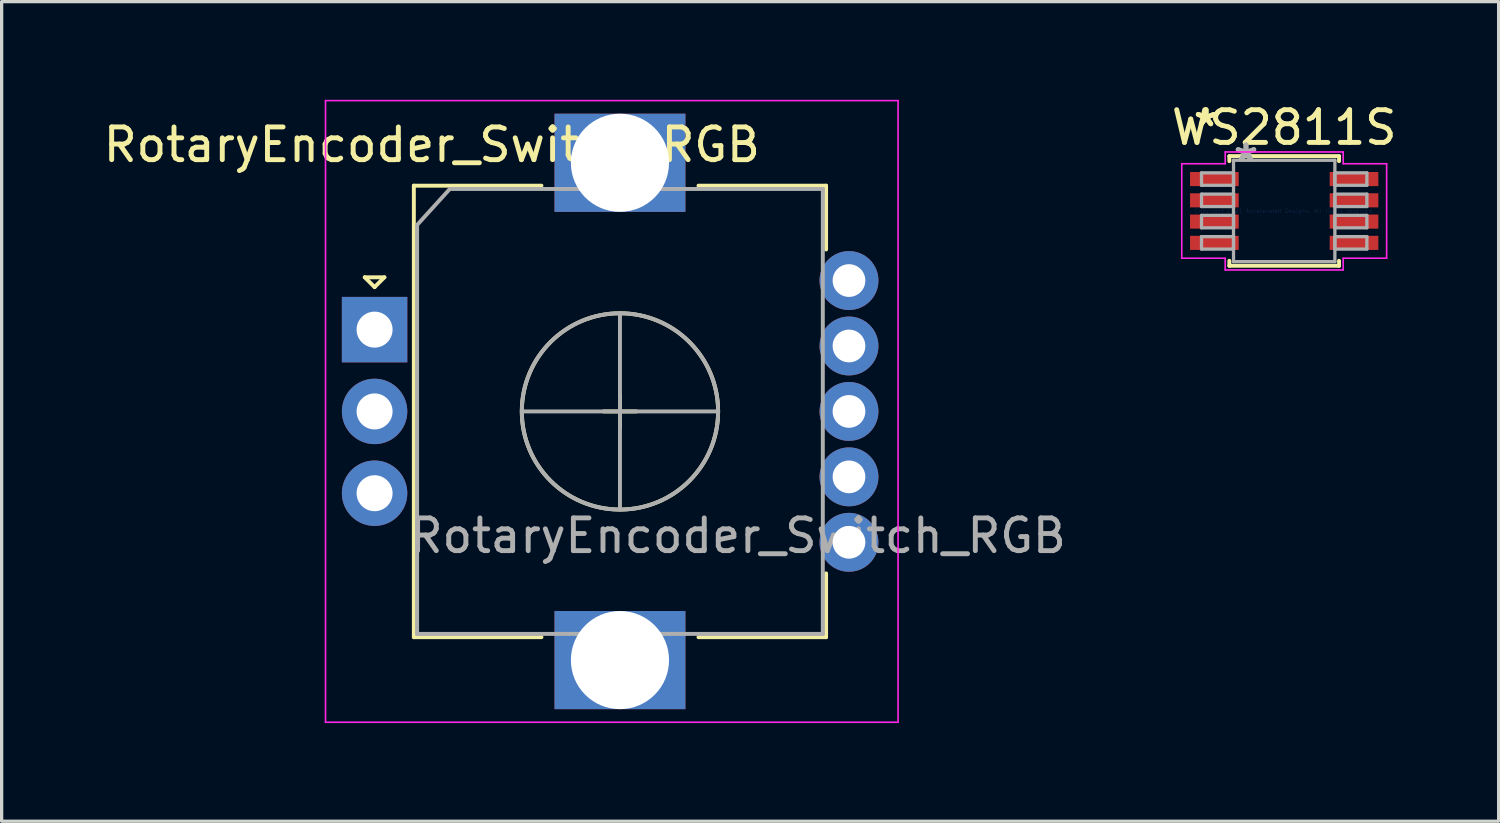
<source format=kicad_pcb>
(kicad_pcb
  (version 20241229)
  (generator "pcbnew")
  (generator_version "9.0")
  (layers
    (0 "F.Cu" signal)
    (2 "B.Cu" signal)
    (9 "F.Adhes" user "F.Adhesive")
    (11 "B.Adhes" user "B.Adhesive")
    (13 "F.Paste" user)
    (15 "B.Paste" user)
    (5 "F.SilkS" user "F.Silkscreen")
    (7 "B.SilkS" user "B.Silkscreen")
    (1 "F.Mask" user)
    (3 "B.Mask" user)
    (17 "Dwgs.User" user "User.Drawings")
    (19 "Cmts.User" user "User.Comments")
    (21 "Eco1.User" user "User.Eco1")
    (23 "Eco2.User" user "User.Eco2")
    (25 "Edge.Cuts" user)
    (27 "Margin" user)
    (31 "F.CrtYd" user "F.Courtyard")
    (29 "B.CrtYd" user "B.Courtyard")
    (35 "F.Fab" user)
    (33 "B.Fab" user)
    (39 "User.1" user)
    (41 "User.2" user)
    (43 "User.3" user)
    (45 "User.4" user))
  (footprint "WS2811S"
    (layer "F.Cu")
    (at 36.201 3.398)
    (property "Reference" "WS2811S" (at 0 -2.55 0) (layer "F.SilkS") (effects (font (size 1 1) (thickness 0.15))))
    (attr through_hole)
    (fp_line (start -1.676 -1.676) (end -1.676 -1.523) (stroke (width 0.12) (type solid)) (layer "F.SilkS"))
    (fp_line (start -1.676 1.523) (end -1.676 1.676) (stroke (width 0.12) (type solid)) (layer "F.SilkS"))
    (fp_line (start -1.676 1.676) (end 1.676 1.676) (stroke (width 0.12) (type solid)) (layer "F.SilkS"))
    (fp_line (start 1.676 -1.676) (end -1.676 -1.676) (stroke (width 0.12) (type solid)) (layer "F.SilkS"))
    (fp_line (start 1.676 -1.523) (end 1.676 -1.676) (stroke (width 0.12) (type solid)) (layer "F.SilkS"))
    (fp_line (start 1.676 1.676) (end 1.676 1.523) (stroke (width 0.12) (type solid)) (layer "F.SilkS"))
    (fp_line (start -3.131 -1.444) (end -1.803 -1.444) (stroke (width 0.05) (type solid)) (layer "F.CrtYd"))
    (fp_line (start -3.131 1.444) (end -3.131 -1.444) (stroke (width 0.05) (type solid)) (layer "F.CrtYd"))
    (fp_line (start -1.803 -1.803) (end 1.803 -1.803) (stroke (width 0.05) (type solid)) (layer "F.CrtYd"))
    (fp_line (start -1.803 -1.444) (end -1.803 -1.803) (stroke (width 0.05) (type solid)) (layer "F.CrtYd"))
    (fp_line (start -1.803 1.444) (end -3.131 1.444) (stroke (width 0.05) (type solid)) (layer "F.CrtYd"))
    (fp_line (start -1.803 1.803) (end -1.803 1.444) (stroke (width 0.05) (type solid)) (layer "F.CrtYd"))
    (fp_line (start 1.803 -1.803) (end 1.803 -1.444) (stroke (width 0.05) (type solid)) (layer "F.CrtYd"))
    (fp_line (start 1.803 1.444) (end 1.803 1.803) (stroke (width 0.05) (type solid)) (layer "F.CrtYd"))
    (fp_line (start 1.803 1.803) (end -1.803 1.803) (stroke (width 0.05) (type solid)) (layer "F.CrtYd"))
    (fp_line (start 3.131 -1.444) (end 1.803 -1.444) (stroke (width 0.05) (type solid)) (layer "F.CrtYd"))
    (fp_line (start 3.131 -1.444) (end 3.131 1.444) (stroke (width 0.05) (type solid)) (layer "F.CrtYd"))
    (fp_line (start 3.131 1.444) (end 1.803 1.444) (stroke (width 0.05) (type solid)) (layer "F.CrtYd"))
    (fp_line (start -2.527 -1.165) (end -2.527 -0.784) (stroke (width 0.1) (type solid)) (layer "F.Fab"))
    (fp_line (start -2.527 -0.784) (end -1.549 -0.784) (stroke (width 0.1) (type solid)) (layer "F.Fab"))
    (fp_line (start -2.527 -0.515) (end -2.527 -0.135) (stroke (width 0.1) (type solid)) (layer "F.Fab"))
    (fp_line (start -2.527 -0.135) (end -1.549 -0.135) (stroke (width 0.1) (type solid)) (layer "F.Fab"))
    (fp_line (start -2.527 0.135) (end -2.527 0.515) (stroke (width 0.1) (type solid)) (layer "F.Fab"))
    (fp_line (start -2.527 0.515) (end -1.549 0.515) (stroke (width 0.1) (type solid)) (layer "F.Fab"))
    (fp_line (start -2.527 0.784) (end -2.527 1.165) (stroke (width 0.1) (type solid)) (layer "F.Fab"))
    (fp_line (start -2.527 1.165) (end -1.549 1.165) (stroke (width 0.1) (type solid)) (layer "F.Fab"))
    (fp_line (start -1.549 -1.549) (end -1.549 1.549) (stroke (width 0.1) (type solid)) (layer "F.Fab"))
    (fp_line (start -1.549 -1.165) (end -2.527 -1.165) (stroke (width 0.1) (type solid)) (layer "F.Fab"))
    (fp_line (start -1.549 -0.784) (end -1.549 -1.165) (stroke (width 0.1) (type solid)) (layer "F.Fab"))
    (fp_line (start -1.549 -0.515) (end -2.527 -0.515) (stroke (width 0.1) (type solid)) (layer "F.Fab"))
    (fp_line (start -1.549 -0.135) (end -1.549 -0.515) (stroke (width 0.1) (type solid)) (layer "F.Fab"))
    (fp_line (start -1.549 0.135) (end -2.527 0.135) (stroke (width 0.1) (type solid)) (layer "F.Fab"))
    (fp_line (start -1.549 0.515) (end -1.549 0.135) (stroke (width 0.1) (type solid)) (layer "F.Fab"))
    (fp_line (start -1.549 0.784) (end -2.527 0.784) (stroke (width 0.1) (type solid)) (layer "F.Fab"))
    (fp_line (start -1.549 1.165) (end -1.549 0.784) (stroke (width 0.1) (type solid)) (layer "F.Fab"))
    (fp_line (start -1.549 1.549) (end 1.549 1.549) (stroke (width 0.1) (type solid)) (layer "F.Fab"))
    (fp_line (start 1.549 -1.549) (end -1.549 -1.549) (stroke (width 0.1) (type solid)) (layer "F.Fab"))
    (fp_line (start 1.549 -1.165) (end 1.549 -0.784) (stroke (width 0.1) (type solid)) (layer "F.Fab"))
    (fp_line (start 1.549 -0.784) (end 2.527 -0.784) (stroke (width 0.1) (type solid)) (layer "F.Fab"))
    (fp_line (start 1.549 -0.515) (end 1.549 -0.135) (stroke (width 0.1) (type solid)) (layer "F.Fab"))
    (fp_line (start 1.549 -0.135) (end 2.527 -0.135) (stroke (width 0.1) (type solid)) (layer "F.Fab"))
    (fp_line (start 1.549 0.135) (end 1.549 0.515) (stroke (width 0.1) (type solid)) (layer "F.Fab"))
    (fp_line (start 1.549 0.515) (end 2.527 0.515) (stroke (width 0.1) (type solid)) (layer "F.Fab"))
    (fp_line (start 1.549 0.784) (end 1.549 1.165) (stroke (width 0.1) (type solid)) (layer "F.Fab"))
    (fp_line (start 1.549 1.165) (end 2.527 1.165) (stroke (width 0.1) (type solid)) (layer "F.Fab"))
    (fp_line (start 1.549 1.549) (end 1.549 -1.549) (stroke (width 0.1) (type solid)) (layer "F.Fab"))
    (fp_line (start 2.527 -1.165) (end 1.549 -1.165) (stroke (width 0.1) (type solid)) (layer "F.Fab"))
    (fp_line (start 2.527 -0.784) (end 2.527 -1.165) (stroke (width 0.1) (type solid)) (layer "F.Fab"))
    (fp_line (start 2.527 -0.515) (end 1.549 -0.515) (stroke (width 0.1) (type solid)) (layer "F.Fab"))
    (fp_line (start 2.527 -0.135) (end 2.527 -0.515) (stroke (width 0.1) (type solid)) (layer "F.Fab"))
    (fp_line (start 2.527 0.135) (end 1.549 0.135) (stroke (width 0.1) (type solid)) (layer "F.Fab"))
    (fp_line (start 2.527 0.515) (end 2.527 0.135) (stroke (width 0.1) (type solid)) (layer "F.Fab"))
    (fp_line (start 2.527 0.784) (end 1.549 0.784) (stroke (width 0.1) (type solid)) (layer "F.Fab"))
    (fp_line (start 2.527 1.165) (end 2.527 0.784) (stroke (width 0.1) (type solid)) (layer "F.Fab"))
    (fp_text user "*" (at -2.388 -2.549 0) (layer "F.SilkS") (effects (font (size 1 1) (thickness 0.15))))
    (fp_text user "*" (at -2.388 -2.549 0) (layer "F.SilkS") (effects (font (size 1 1) (thickness 0.15))))
    (fp_text user "Copyright 2021 Accelerated Designs. All rights reserved." (at 0 0 0) (layer "Cmts.User") (effects (font (size 0.127 0.127) (thickness 0.002))))
    (fp_text user "*" (at -1.168 -1.473 0) (layer "F.Fab") (effects (font (size 1 1) (thickness 0.15))))
    (fp_text user "*" (at -1.168 -1.473 0) (layer "F.Fab") (effects (font (size 1 1) (thickness 0.15))))
    (pad "1" smd rect (at -2.134 -0.975) (size 1.487 0.431) (layers "F.Cu" "F.Mask" "F.Paste"))
    (pad "2" smd rect (at -2.134 -0.325) (size 1.487 0.431) (layers "F.Cu" "F.Mask" "F.Paste"))
    (pad "3" smd rect (at -2.134 0.325) (size 1.487 0.431) (layers "F.Cu" "F.Mask" "F.Paste"))
    (pad "4" smd rect (at -2.134 0.975) (size 1.487 0.431) (layers "F.Cu" "F.Mask" "F.Paste"))
    (pad "5" smd rect (at 2.134 0.975) (size 1.487 0.431) (layers "F.Cu" "F.Mask" "F.Paste"))
    (pad "6" smd rect (at 2.134 0.325) (size 1.487 0.431) (layers "F.Cu" "F.Mask" "F.Paste"))
    (pad "7" smd rect (at 2.134 -0.325) (size 1.487 0.431) (layers "F.Cu" "F.Mask" "F.Paste"))
    (pad "8" smd rect (at 2.134 -0.975) (size 1.487 0.431) (layers "F.Cu" "F.Mask" "F.Paste")))
  (footprint "RotaryEncoder_Switch_RGB"
    (layer "F.Cu")
    (at 8.399 7.025)
    (property "Reference" "RotaryEncoder_Switch_RGB" (at 1.75 -5.65 0) (layer "F.SilkS") (effects (font (size 1 1) (thickness 0.15))))
    (attr through_hole)
    (fp_line (start -0.3 -1.6) (end 0.3 -1.6) (stroke (width 0.12) (type solid)) (layer "F.SilkS"))
    (fp_line (start 0 -1.3) (end -0.3 -1.6) (stroke (width 0.12) (type solid)) (layer "F.SilkS"))
    (fp_line (start 0.3 -1.6) (end 0 -1.3) (stroke (width 0.12) (type solid)) (layer "F.SilkS"))
    (fp_line (start 1.2 -4.4) (end 1.2 9.4) (stroke (width 0.12) (type solid)) (layer "F.SilkS"))
    (fp_line (start 5.1 -4.4) (end 1.2 -4.4) (stroke (width 0.12) (type solid)) (layer "F.SilkS"))
    (fp_line (start 5.1 9.4) (end 1.2 9.4) (stroke (width 0.12) (type solid)) (layer "F.SilkS"))
    (fp_line (start 7 2.5) (end 8 2.5) (stroke (width 0.12) (type solid)) (layer "F.SilkS"))
    (fp_line (start 7.5 2) (end 7.5 3) (stroke (width 0.12) (type solid)) (layer "F.SilkS"))
    (fp_line (start 9.9 -4.4) (end 13.8 -4.4) (stroke (width 0.12) (type solid)) (layer "F.SilkS"))
    (fp_line (start 13.8 -4.4) (end 13.8 -2.45) (stroke (width 0.12) (type solid)) (layer "F.SilkS"))
    (fp_line (start 13.8 7.45) (end 13.8 9.4) (stroke (width 0.12) (type solid)) (layer "F.SilkS"))
    (fp_line (start 13.8 9.4) (end 9.9 9.4) (stroke (width 0.12) (type solid)) (layer "F.SilkS"))
    (fp_circle (center 7.5 2.5) (end 10.5 2.5) (stroke (width 0.12) (type solid)) (fill no) (layer "F.SilkS"))
    (fp_line (start -1.5 -7) (end -1.5 12) (stroke (width 0.05) (type solid)) (layer "F.CrtYd"))
    (fp_line (start -1.5 -7) (end 16 -7) (stroke (width 0.05) (type solid)) (layer "F.CrtYd"))
    (fp_line (start 16 12) (end -1.5 12) (stroke (width 0.05) (type solid)) (layer "F.CrtYd"))
    (fp_line (start 16 12) (end 16 -7) (stroke (width 0.05) (type solid)) (layer "F.CrtYd"))
    (fp_line (start 1.3 -3.2) (end 2.3 -4.3) (stroke (width 0.12) (type solid)) (layer "F.Fab"))
    (fp_line (start 1.3 9.3) (end 1.3 -3.2) (stroke (width 0.12) (type solid)) (layer "F.Fab"))
    (fp_line (start 2.3 -4.3) (end 13.7 -4.3) (stroke (width 0.12) (type solid)) (layer "F.Fab"))
    (fp_line (start 4.5 2.5) (end 10.5 2.5) (stroke (width 0.12) (type solid)) (layer "F.Fab"))
    (fp_line (start 7.5 -0.5) (end 7.5 5.5) (stroke (width 0.12) (type solid)) (layer "F.Fab"))
    (fp_line (start 13.7 -4.3) (end 13.7 9.3) (stroke (width 0.12) (type solid)) (layer "F.Fab"))
    (fp_line (start 13.7 9.3) (end 1.3 9.3) (stroke (width 0.12) (type solid)) (layer "F.Fab"))
    (fp_circle (center 7.5 2.5) (end 10.5 2.5) (stroke (width 0.12) (type solid)) (fill no) (layer "F.Fab"))
    (fp_text user "${REFERENCE}" (at 11.1 6.3 0) (layer "F.Fab") (effects (font (size 1 1) (thickness 0.15))))
    (pad "+" thru_hole circle (at 14.5 -1.5) (size 1.8 1.8) (drill 1) (layers "*.Cu" "*.Mask"))
    (pad "A" thru_hole rect (at 0 0) (size 2 2) (drill 1.1) (layers "*.Cu" "*.Mask"))
    (pad "B" thru_hole circle (at 0 5) (size 2 2) (drill 1.1) (layers "*.Cu" "*.Mask"))
    (pad "B" thru_hole circle (at 14.5 0.5) (size 1.8 1.8) (drill 1) (layers "*.Cu" "*.Mask"))
    (pad "C" thru_hole circle (at 0 2.5) (size 2 2) (drill 1.1) (layers "*.Cu" "*.Mask"))
    (pad "G" thru_hole circle (at 14.5 4.5) (size 1.8 1.8) (drill 1) (layers "*.Cu" "*.Mask"))
    (pad "MP" thru_hole rect (at 7.5 -5.1) (size 4 3) (drill 3) (layers "*.Cu" "*.Mask"))
    (pad "MP" thru_hole rect (at 7.5 10.1) (size 4 3) (drill 3) (layers "*.Cu" "*.Mask"))
    (pad "R" thru_hole circle (at 14.5 6.5) (size 1.8 1.8) (drill 1) (layers "*.Cu" "*.Mask"))
    (pad "SW" thru_hole circle (at 14.5 2.5) (size 1.8 1.8) (drill 1) (layers "*.Cu" "*.Mask")))
  (gr_rect
    (start -3 -3)
    (end 42.755 22.05)
    (stroke (width 0.1) (type default))
    (fill no)
    (layer "Edge.Cuts")))
</source>
